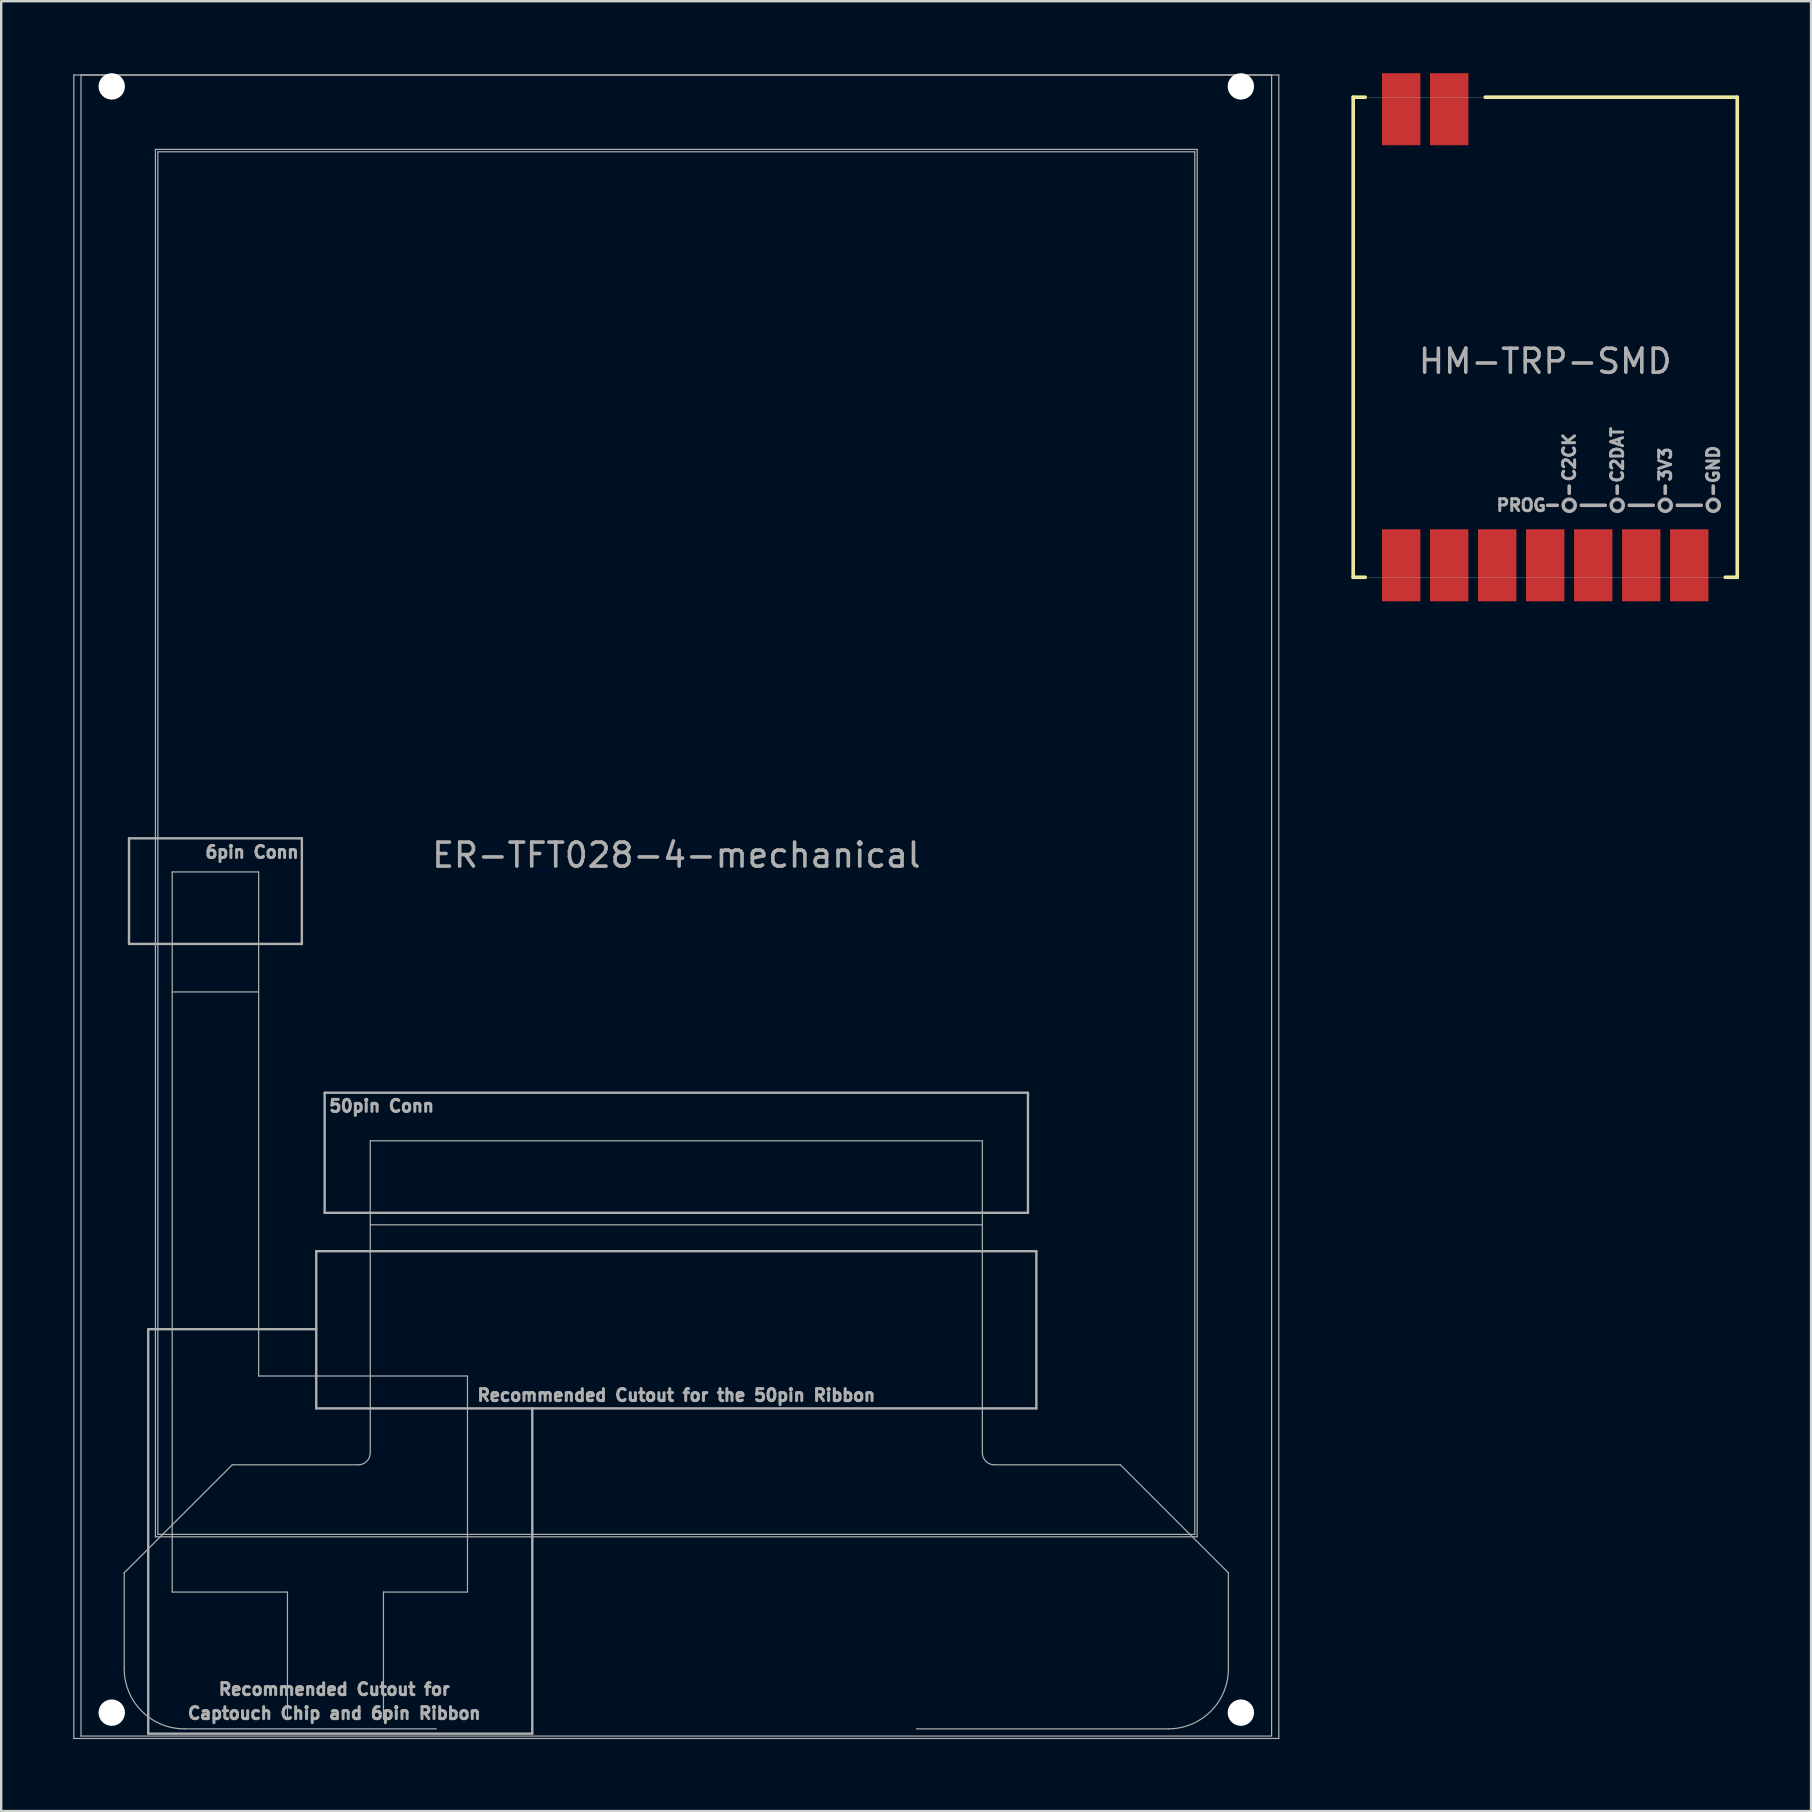
<source format=kicad_pcb>
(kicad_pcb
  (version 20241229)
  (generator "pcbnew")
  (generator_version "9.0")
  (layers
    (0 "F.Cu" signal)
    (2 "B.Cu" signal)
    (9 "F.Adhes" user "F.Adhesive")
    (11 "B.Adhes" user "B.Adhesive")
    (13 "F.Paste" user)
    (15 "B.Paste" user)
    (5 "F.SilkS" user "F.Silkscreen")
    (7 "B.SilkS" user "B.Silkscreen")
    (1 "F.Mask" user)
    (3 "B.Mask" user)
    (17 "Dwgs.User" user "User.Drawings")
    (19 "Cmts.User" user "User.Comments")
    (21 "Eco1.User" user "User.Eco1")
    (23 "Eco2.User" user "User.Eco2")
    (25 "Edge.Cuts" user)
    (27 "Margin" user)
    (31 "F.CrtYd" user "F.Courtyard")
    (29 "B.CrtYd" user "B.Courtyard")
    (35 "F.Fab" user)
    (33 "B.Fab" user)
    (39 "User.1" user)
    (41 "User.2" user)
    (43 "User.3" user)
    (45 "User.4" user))
  (footprint "ER-TFT028-4-mechanical"
    (layer "F.Cu")
    (at 25.125 32.075)
    (property "Reference" "ER-TFT028-4-mechanical" (at 0 0.5 0) (layer "F.Fab") (effects (font (size 1 1) (thickness 0.15))))
    (attr through_hole)
    (fp_line (start -25.1 -32) (end 25.1 -32) (stroke (width 0.05) (type solid)) (layer "F.Fab"))
    (fp_line (start -25.1 37.3) (end -25.1 -32) (stroke (width 0.05) (type solid)) (layer "F.Fab"))
    (fp_line (start -24.8 -32) (end 24.8 -32) (stroke (width 0.05) (type solid)) (layer "F.Fab"))
    (fp_line (start -24.8 37.2) (end -24.8 -32) (stroke (width 0.05) (type solid)) (layer "F.Fab"))
    (fp_line (start -23 30.4) (end -23 34.4) (stroke (width 0.05) (type solid)) (layer "F.Fab"))
    (fp_line (start -23 30.4) (end -18.5 25.9) (stroke (width 0.05) (type solid)) (layer "F.Fab"))
    (fp_line (start -22.8 -0.2) (end -15.6 -0.2) (stroke (width 0.1) (type solid)) (layer "F.Fab"))
    (fp_line (start -22.8 4.2) (end -22.8 -0.2) (stroke (width 0.1) (type solid)) (layer "F.Fab"))
    (fp_line (start -22 20.25) (end -22 37.1) (stroke (width 0.1) (type solid)) (layer "F.Fab"))
    (fp_line (start -22 37.1) (end -6 37.1) (stroke (width 0.1) (type solid)) (layer "F.Fab"))
    (fp_line (start -21.7 -28.9) (end 21.7 -28.9) (stroke (width 0.05) (type solid)) (layer "F.Fab"))
    (fp_line (start -21.7 28.9) (end -21.7 -28.9) (stroke (width 0.05) (type solid)) (layer "F.Fab"))
    (fp_line (start -21.6 -28.8) (end 21.6 -28.8) (stroke (width 0.05) (type solid)) (layer "F.Fab"))
    (fp_line (start -21.6 28.8) (end -21.6 -28.8) (stroke (width 0.05) (type solid)) (layer "F.Fab"))
    (fp_line (start -21 1.2) (end -17.4 1.2) (stroke (width 0.05) (type solid)) (layer "F.Fab"))
    (fp_line (start -21 6.2) (end -17.4 6.2) (stroke (width 0.05) (type solid)) (layer "F.Fab"))
    (fp_line (start -21 22.2) (end -21 1.2) (stroke (width 0.05) (type solid)) (layer "F.Fab"))
    (fp_line (start -21 31.2) (end -21 22.2) (stroke (width 0.05) (type solid)) (layer "F.Fab"))
    (fp_line (start -18.5 25.9) (end -13.25 25.9) (stroke (width 0.05) (type solid)) (layer "F.Fab"))
    (fp_line (start -17.4 1.2) (end -17.4 22.2) (stroke (width 0.05) (type solid)) (layer "F.Fab"))
    (fp_line (start -17.4 22.2) (end -8.7 22.2) (stroke (width 0.05) (type solid)) (layer "F.Fab"))
    (fp_line (start -16.2 31.2) (end -21 31.2) (stroke (width 0.05) (type solid)) (layer "F.Fab"))
    (fp_line (start -16.2 36.5) (end -16.2 31.2) (stroke (width 0.05) (type solid)) (layer "F.Fab"))
    (fp_line (start -15.6 -0.2) (end -15.6 4.2) (stroke (width 0.1) (type solid)) (layer "F.Fab"))
    (fp_line (start -15.6 4.2) (end -22.8 4.2) (stroke (width 0.1) (type solid)) (layer "F.Fab"))
    (fp_line (start -15 17) (end 15 17) (stroke (width 0.1) (type solid)) (layer "F.Fab"))
    (fp_line (start -15 20.25) (end -22 20.25) (stroke (width 0.1) (type solid)) (layer "F.Fab"))
    (fp_line (start -15 23.55) (end -15 17) (stroke (width 0.1) (type solid)) (layer "F.Fab"))
    (fp_line (start -14.65 10.4) (end -14.65 15.4) (stroke (width 0.1) (type solid)) (layer "F.Fab"))
    (fp_line (start -14.65 15.4) (end 14.65 15.4) (stroke (width 0.1) (type solid)) (layer "F.Fab"))
    (fp_line (start -12.75 12.4) (end 12.75 12.4) (stroke (width 0.05) (type solid)) (layer "F.Fab"))
    (fp_line (start -12.75 15.9) (end 12.75 15.9) (stroke (width 0.05) (type solid)) (layer "F.Fab"))
    (fp_line (start -12.75 25.4) (end -12.75 12.4) (stroke (width 0.05) (type solid)) (layer "F.Fab"))
    (fp_line (start -12.2 31.2) (end -12.2 36.5) (stroke (width 0.05) (type solid)) (layer "F.Fab"))
    (fp_line (start -10 36.9) (end -20.5 36.9) (stroke (width 0.05) (type solid)) (layer "F.Fab"))
    (fp_line (start -8.7 22.2) (end -8.7 31.2) (stroke (width 0.05) (type solid)) (layer "F.Fab"))
    (fp_line (start -8.7 31.2) (end -12.2 31.2) (stroke (width 0.05) (type solid)) (layer "F.Fab"))
    (fp_line (start -6 37.1) (end -6 23.55) (stroke (width 0.1) (type solid)) (layer "F.Fab"))
    (fp_line (start 10 36.9) (end 20.5 36.9) (stroke (width 0.05) (type solid)) (layer "F.Fab"))
    (fp_line (start 12.75 12.4) (end 12.75 25.4) (stroke (width 0.05) (type solid)) (layer "F.Fab"))
    (fp_line (start 13.25 25.9) (end 18.5 25.9) (stroke (width 0.05) (type solid)) (layer "F.Fab"))
    (fp_line (start 14.65 10.4) (end -14.65 10.4) (stroke (width 0.1) (type solid)) (layer "F.Fab"))
    (fp_line (start 14.65 15.4) (end 14.65 10.4) (stroke (width 0.1) (type solid)) (layer "F.Fab"))
    (fp_line (start 15 17) (end 15 23.55) (stroke (width 0.1) (type solid)) (layer "F.Fab"))
    (fp_line (start 15 23.55) (end -15 23.55) (stroke (width 0.1) (type solid)) (layer "F.Fab"))
    (fp_line (start 18.5 25.9) (end 23 30.4) (stroke (width 0.05) (type solid)) (layer "F.Fab"))
    (fp_line (start 21.6 -28.8) (end 21.6 28.8) (stroke (width 0.05) (type solid)) (layer "F.Fab"))
    (fp_line (start 21.6 28.8) (end -21.6 28.8) (stroke (width 0.05) (type solid)) (layer "F.Fab"))
    (fp_line (start 21.7 -28.9) (end 21.7 28.9) (stroke (width 0.05) (type solid)) (layer "F.Fab"))
    (fp_line (start 21.7 28.9) (end -21.7 28.9) (stroke (width 0.05) (type solid)) (layer "F.Fab"))
    (fp_line (start 23 30.4) (end 23 34.4) (stroke (width 0.05) (type solid)) (layer "F.Fab"))
    (fp_line (start 24.8 -32) (end 24.8 37.2) (stroke (width 0.05) (type solid)) (layer "F.Fab"))
    (fp_line (start 24.8 37.2) (end -24.8 37.2) (stroke (width 0.05) (type solid)) (layer "F.Fab"))
    (fp_line (start 25.1 -32) (end 25.1 37.3) (stroke (width 0.05) (type solid)) (layer "F.Fab"))
    (fp_line (start 25.1 37.3) (end -25.1 37.3) (stroke (width 0.05) (type solid)) (layer "F.Fab"))
    (fp_arc (start -20.5 36.9) (mid -22.267767 36.167767) (end -23 34.4) (stroke (width 0.05) (type solid)) (layer "F.Fab"))
    (fp_arc (start -12.75 25.4) (mid -12.896447 25.753553) (end -13.25 25.9) (stroke (width 0.05) (type solid)) (layer "F.Fab"))
    (fp_arc (start 13.25 25.9) (mid 12.896447 25.753553) (end 12.75 25.4) (stroke (width 0.05) (type solid)) (layer "F.Fab"))
    (fp_arc (start 23 34.4) (mid 22.267767 36.167767) (end 20.5 36.9) (stroke (width 0.05) (type solid)) (layer "F.Fab"))
    (fp_text user "50pin Conn" (at -12.275 10.95 0) (layer "F.Fab") (effects (font (size 0.5 0.5) (thickness 0.125))))
    (fp_text user "6pin Conn" (at -17.675 0.375 0) (layer "F.Fab") (effects (font (size 0.5 0.5) (thickness 0.125))))
    (fp_text user "Recommended Cutout for the 50pin Ribbon" (at 0 23 0) (layer "F.Fab") (effects (font (size 0.5 0.5) (thickness 0.125))))
    (fp_text user "Captouch Chip and 6pin Ribbon" (at -14.25 36.25 0) (layer "F.Fab") (effects (font (size 0.5 0.5) (thickness 0.125))))
    (fp_text user "Recommended Cutout for" (at -14.25 35.25 0) (layer "F.Fab") (effects (font (size 0.5 0.5) (thickness 0.125))))
    (pad "" np_thru_hole circle (at -23.52 -31.525) (size 1.1 1.1) (drill 1.1) (layers "*.Cu" "*.Mask"))
    (pad "" np_thru_hole circle (at -23.52 36.225) (size 1.1 1.1) (drill 1.1) (layers "*.Cu" "*.Mask"))
    (pad "" np_thru_hole circle (at 23.52 -31.525) (size 1.1 1.1) (drill 1.1) (layers "*.Cu" "*.Mask"))
    (pad "" np_thru_hole circle (at 23.52 36.225) (size 1.1 1.1) (drill 1.1) (layers "*.Cu" "*.Mask")))
  (footprint "HM-TRP-SMD"
    (layer "F.Cu")
    (at 61.325 11)
    (property "Reference" "HM-TRP-SMD" (at 0 1 0) (layer "F.Fab") (effects (font (size 1 1) (thickness 0.15))))
    (attr through_hole)
    (fp_line (start -8 -10) (end -7.5 -10) (stroke (width 0.15) (type solid)) (layer "F.SilkS"))
    (fp_line (start -8 10) (end -8 -10) (stroke (width 0.15) (type solid)) (layer "F.SilkS"))
    (fp_line (start -7.5 10) (end -8 10) (stroke (width 0.15) (type solid)) (layer "F.SilkS"))
    (fp_line (start -2.5 -10) (end 8 -10) (stroke (width 0.15) (type solid)) (layer "F.SilkS"))
    (fp_line (start 7.5 10) (end 8 10) (stroke (width 0.01) (type solid)) (layer "F.SilkS"))
    (fp_line (start 8 -10) (end -2.5 -10) (stroke (width 0.01) (type solid)) (layer "F.SilkS"))
    (fp_line (start 8 -10) (end 8 10) (stroke (width 0.15) (type solid)) (layer "F.SilkS"))
    (fp_line (start 8 10) (end 7.5 10) (stroke (width 0.15) (type solid)) (layer "F.SilkS"))
    (fp_line (start 8 10) (end 8 -10) (stroke (width 0.01) (type solid)) (layer "F.SilkS"))
    (fp_line (start -8 -10) (end 8 -10) (stroke (width 0.01) (type solid)) (layer "F.Fab"))
    (fp_line (start -8 10) (end -8 -10) (stroke (width 0.01) (type solid)) (layer "F.Fab"))
    (fp_line (start 0.5 7) (end 0.1 7) (stroke (width 0.15) (type solid)) (layer "F.Fab"))
    (fp_line (start 1 6.5) (end 1 6.2) (stroke (width 0.15) (type solid)) (layer "F.Fab"))
    (fp_line (start 1.5 7) (end 2.5 7) (stroke (width 0.15) (type solid)) (layer "F.Fab"))
    (fp_line (start 3 6.5) (end 3 6.2) (stroke (width 0.15) (type solid)) (layer "F.Fab"))
    (fp_line (start 3.5 7) (end 4.5 7) (stroke (width 0.15) (type solid)) (layer "F.Fab"))
    (fp_line (start 5 6.5) (end 5 6.2) (stroke (width 0.15) (type solid)) (layer "F.Fab"))
    (fp_line (start 5.5 7) (end 6.5 7) (stroke (width 0.15) (type solid)) (layer "F.Fab"))
    (fp_line (start 7 6.5) (end 7 6.2) (stroke (width 0.15) (type solid)) (layer "F.Fab"))
    (fp_line (start 8 -10) (end 8 10) (stroke (width 0.01) (type solid)) (layer "F.Fab"))
    (fp_line (start 8 10) (end -8 10) (stroke (width 0.01) (type solid)) (layer "F.Fab"))
    (fp_circle (center 1 7) (end 1.25 7) (stroke (width 0.15) (type solid)) (fill no) (layer "F.Fab"))
    (fp_circle (center 3 7) (end 3.25 7) (stroke (width 0.15) (type solid)) (fill no) (layer "F.Fab"))
    (fp_circle (center 5 7) (end 5.25 7) (stroke (width 0.15) (type solid)) (fill no) (layer "F.Fab"))
    (fp_circle (center 7 7) (end 7.25 7) (stroke (width 0.15) (type solid)) (fill no) (layer "F.Fab"))
    (fp_text user "C2DAT" (at 3 4.9 90) (layer "F.Fab") (effects (font (size 0.5 0.5) (thickness 0.125))))
    (fp_text user "PROG" (at -1 7 0) (layer "F.Fab") (effects (font (size 0.5 0.5) (thickness 0.125))))
    (fp_text user "GND" (at 7 5.3 90) (layer "F.Fab") (effects (font (size 0.5 0.5) (thickness 0.125))))
    (fp_text user "C2CK" (at 1 5 90) (layer "F.Fab") (effects (font (size 0.5 0.5) (thickness 0.125))))
    (fp_text user "3V3" (at 5 5.3 90) (layer "F.Fab") (effects (font (size 0.5 0.5) (thickness 0.125))))
    (pad "1" smd rect (at -6 9.5) (size 1.6 3) (layers "F.Cu" "F.Mask" "F.Paste"))
    (pad "2" smd rect (at -4 9.5) (size 1.6 3) (layers "F.Cu" "F.Mask" "F.Paste"))
    (pad "3" smd rect (at -2 9.5) (size 1.6 3) (layers "F.Cu" "F.Mask" "F.Paste"))
    (pad "4" smd rect (at 0 9.5) (size 1.6 3) (layers "F.Cu" "F.Mask" "F.Paste"))
    (pad "5" smd rect (at 2 9.5) (size 1.6 3) (layers "F.Cu" "F.Mask" "F.Paste"))
    (pad "6" smd rect (at 4 9.5) (size 1.6 3) (layers "F.Cu" "F.Mask" "F.Paste"))
    (pad "7" smd rect (at 6 9.5) (size 1.6 3) (layers "F.Cu" "F.Mask" "F.Paste"))
    (pad "8" smd rect (at -4 -9.5) (size 1.6 3) (layers "F.Cu" "F.Mask" "F.Paste"))
    (pad "9" smd rect (at -6 -9.5) (size 1.6 3) (layers "F.Cu" "F.Mask" "F.Paste")))
  (gr_rect
    (start -3 -3)
    (end 72.4 72.4)
    (stroke (width 0.1) (type default))
    (fill no)
    (layer "Edge.Cuts")))
</source>
